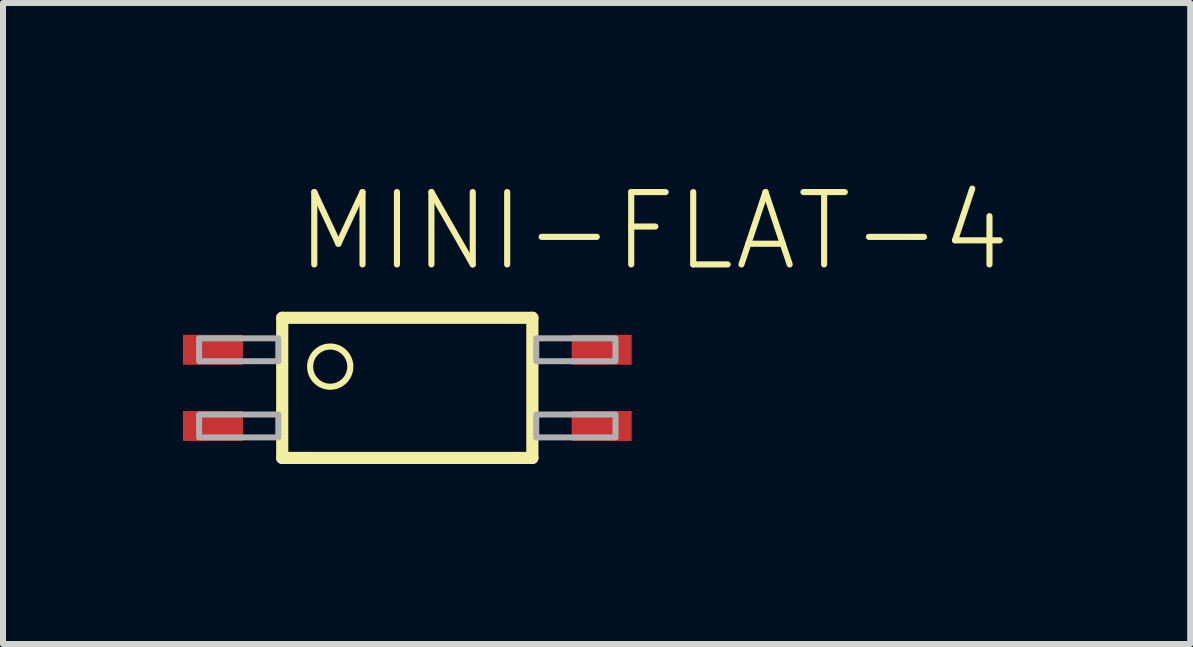
<source format=kicad_pcb>
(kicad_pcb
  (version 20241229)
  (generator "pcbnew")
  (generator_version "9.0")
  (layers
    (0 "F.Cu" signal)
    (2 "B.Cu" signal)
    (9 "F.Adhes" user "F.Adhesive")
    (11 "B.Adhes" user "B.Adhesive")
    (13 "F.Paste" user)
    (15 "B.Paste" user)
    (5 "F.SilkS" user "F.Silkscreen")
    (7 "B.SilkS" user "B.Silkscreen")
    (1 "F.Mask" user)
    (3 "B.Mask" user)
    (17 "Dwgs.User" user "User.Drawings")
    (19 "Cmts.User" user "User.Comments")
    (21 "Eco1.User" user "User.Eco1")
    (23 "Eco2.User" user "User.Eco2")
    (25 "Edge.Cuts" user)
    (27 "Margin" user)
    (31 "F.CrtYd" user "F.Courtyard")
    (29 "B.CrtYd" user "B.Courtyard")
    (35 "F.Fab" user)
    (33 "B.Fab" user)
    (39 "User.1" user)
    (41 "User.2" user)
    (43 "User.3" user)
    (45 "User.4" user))
  (footprint "MINI-FLAT-4"
    (layer "F.Cu")
    (at 3.74 3.416)
    (property "Reference" "MINI-FLAT-4" (at -1.905 -1.905 0) (layer "F.SilkS") (effects (font (size 1.206 1.206) (thickness 0.102)) (justify left bottom)))
    (attr through_hole)
    (fp_line (start -2.085 -1.168) (end -2.085 1.168) (stroke (width 0.203) (type solid)) (layer "F.SilkS"))
    (fp_line (start -2.085 1.168) (end 2.085 1.168) (stroke (width 0.203) (type solid)) (layer "F.SilkS"))
    (fp_line (start 2.085 -1.168) (end -2.085 -1.168) (stroke (width 0.203) (type solid)) (layer "F.SilkS"))
    (fp_line (start 2.085 1.168) (end 2.085 -1.168) (stroke (width 0.203) (type solid)) (layer "F.SilkS"))
    (fp_circle (center -1.285 -0.354) (end -0.95 -0.354) (stroke (width 0.102) (type solid)) (fill no) (layer "F.SilkS"))
    (fp_poly (pts (xy -3.471 -0.445) (xy -2.15 -0.445) (xy -2.15 -0.826) (xy -3.471 -0.826)) (stroke (width 0.1) (type solid)) (fill no) (layer "F.Fab"))
    (fp_poly (pts (xy -3.471 0.826) (xy -2.15 0.826) (xy -2.15 0.445) (xy -3.471 0.445)) (stroke (width 0.1) (type solid)) (fill no) (layer "F.Fab"))
    (fp_poly (pts (xy 3.471 -0.826) (xy 2.15 -0.826) (xy 2.15 -0.445) (xy 3.471 -0.445)) (stroke (width 0.1) (type solid)) (fill no) (layer "F.Fab"))
    (fp_poly (pts (xy 3.471 0.445) (xy 2.15 0.445) (xy 2.15 0.826) (xy 3.471 0.826)) (stroke (width 0.1) (type solid)) (fill no) (layer "F.Fab"))
    (pad "1" smd rect (at -3.24 -0.635) (size 1 0.5) (layers "F.Cu" "F.Mask" "F.Paste"))
    (pad "2" smd rect (at -3.24 0.635) (size 1 0.5) (layers "F.Cu" "F.Mask" "F.Paste"))
    (pad "3" smd rect (at 3.24 0.635 180) (size 1 0.5) (layers "F.Cu" "F.Mask" "F.Paste"))
    (pad "4" smd rect (at 3.24 -0.635 180) (size 1 0.5) (layers "F.Cu" "F.Mask" "F.Paste")))
  (gr_rect
    (start -3 -3)
    (end 16.791 7.686)
    (stroke (width 0.1) (type default))
    (fill no)
    (layer "Edge.Cuts")))
</source>
